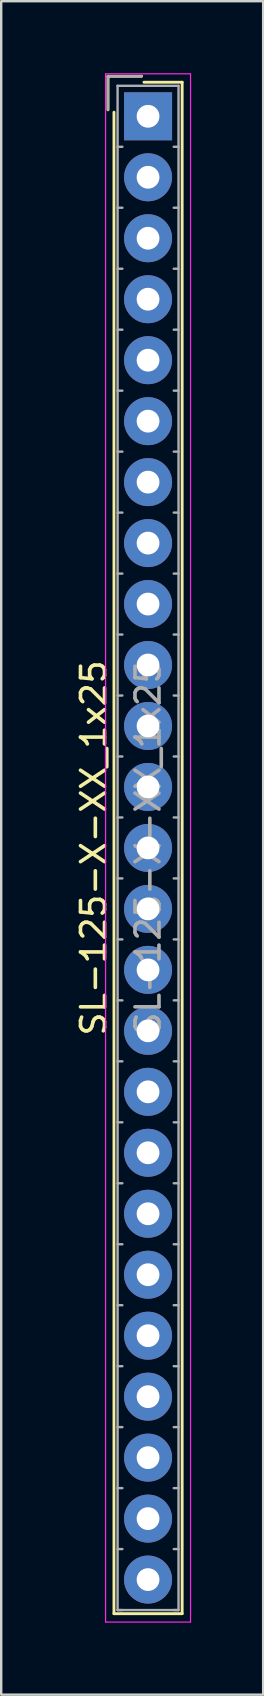
<source format=kicad_pcb>
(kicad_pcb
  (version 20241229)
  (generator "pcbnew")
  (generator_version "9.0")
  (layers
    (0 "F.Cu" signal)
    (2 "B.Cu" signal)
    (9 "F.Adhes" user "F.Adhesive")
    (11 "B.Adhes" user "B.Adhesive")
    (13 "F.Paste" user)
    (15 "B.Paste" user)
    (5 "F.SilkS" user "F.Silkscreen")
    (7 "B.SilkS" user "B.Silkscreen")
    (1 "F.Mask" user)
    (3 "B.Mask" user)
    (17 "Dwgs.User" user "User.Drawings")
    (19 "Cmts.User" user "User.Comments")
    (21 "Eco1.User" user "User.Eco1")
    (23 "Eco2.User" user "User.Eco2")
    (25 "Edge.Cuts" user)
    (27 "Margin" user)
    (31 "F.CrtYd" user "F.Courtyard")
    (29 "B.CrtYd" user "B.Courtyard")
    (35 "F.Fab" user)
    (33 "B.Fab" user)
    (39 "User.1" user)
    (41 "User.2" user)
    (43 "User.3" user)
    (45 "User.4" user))
  (footprint "SL-125-X-XX_1x25"
    (layer "F.Cu")
    (at 3.118 1.795)
    (property "Reference" "SL-125-X-XX_1x25" (at -2.27 30.48 90) (layer "F.SilkS") (effects (font (size 1 1) (thickness 0.15))))
    (attr through_hole)
    (fp_line (start -1.67 -1.67) (end -1.67 -0.27) (stroke (width 0.12) (type solid)) (layer "F.SilkS"))
    (fp_line (start -1.42 62.38) (end -1.42 -0.17) (stroke (width 0.12) (type solid)) (layer "F.SilkS"))
    (fp_line (start -0.27 -1.67) (end -1.67 -1.67) (stroke (width 0.12) (type solid)) (layer "F.SilkS"))
    (fp_line (start -0.17 -1.42) (end 1.42 -1.42) (stroke (width 0.12) (type solid)) (layer "F.SilkS"))
    (fp_line (start 1.42 -1.42) (end 1.42 62.38) (stroke (width 0.12) (type solid)) (layer "F.SilkS"))
    (fp_line (start 1.42 62.38) (end -1.42 62.38) (stroke (width 0.12) (type solid)) (layer "F.SilkS"))
    (fp_line (start -1.77 -1.77) (end -1.77 62.73) (stroke (width 0.05) (type solid)) (layer "F.CrtYd"))
    (fp_line (start -1.77 62.73) (end 1.77 62.73) (stroke (width 0.05) (type solid)) (layer "F.CrtYd"))
    (fp_line (start 1.77 -1.77) (end -1.77 -1.77) (stroke (width 0.05) (type solid)) (layer "F.CrtYd"))
    (fp_line (start 1.77 62.73) (end 1.77 -1.77) (stroke (width 0.05) (type solid)) (layer "F.CrtYd"))
    (fp_line (start -1.67 -1.67) (end -1.67 -0.27) (stroke (width 0.1) (type solid)) (layer "F.Fab"))
    (fp_line (start -1.27 -1.27) (end -1.27 62.23) (stroke (width 0.1) (type solid)) (layer "F.Fab"))
    (fp_line (start -1.27 1.27) (end -1.07 1.27) (stroke (width 0.1) (type solid)) (layer "F.Fab"))
    (fp_line (start -1.27 3.81) (end -1.07 3.81) (stroke (width 0.1) (type solid)) (layer "F.Fab"))
    (fp_line (start -1.27 6.35) (end -1.07 6.35) (stroke (width 0.1) (type solid)) (layer "F.Fab"))
    (fp_line (start -1.27 8.89) (end -1.07 8.89) (stroke (width 0.1) (type solid)) (layer "F.Fab"))
    (fp_line (start -1.27 11.43) (end -1.07 11.43) (stroke (width 0.1) (type solid)) (layer "F.Fab"))
    (fp_line (start -1.27 13.97) (end -1.07 13.97) (stroke (width 0.1) (type solid)) (layer "F.Fab"))
    (fp_line (start -1.27 16.51) (end -1.07 16.51) (stroke (width 0.1) (type solid)) (layer "F.Fab"))
    (fp_line (start -1.27 19.05) (end -1.07 19.05) (stroke (width 0.1) (type solid)) (layer "F.Fab"))
    (fp_line (start -1.27 21.59) (end -1.07 21.59) (stroke (width 0.1) (type solid)) (layer "F.Fab"))
    (fp_line (start -1.27 24.13) (end -1.07 24.13) (stroke (width 0.1) (type solid)) (layer "F.Fab"))
    (fp_line (start -1.27 26.67) (end -1.07 26.67) (stroke (width 0.1) (type solid)) (layer "F.Fab"))
    (fp_line (start -1.27 29.21) (end -1.07 29.21) (stroke (width 0.1) (type solid)) (layer "F.Fab"))
    (fp_line (start -1.27 31.75) (end -1.07 31.75) (stroke (width 0.1) (type solid)) (layer "F.Fab"))
    (fp_line (start -1.27 34.29) (end -1.07 34.29) (stroke (width 0.1) (type solid)) (layer "F.Fab"))
    (fp_line (start -1.27 36.83) (end -1.07 36.83) (stroke (width 0.1) (type solid)) (layer "F.Fab"))
    (fp_line (start -1.27 39.37) (end -1.07 39.37) (stroke (width 0.1) (type solid)) (layer "F.Fab"))
    (fp_line (start -1.27 41.91) (end -1.07 41.91) (stroke (width 0.1) (type solid)) (layer "F.Fab"))
    (fp_line (start -1.27 44.45) (end -1.07 44.45) (stroke (width 0.1) (type solid)) (layer "F.Fab"))
    (fp_line (start -1.27 46.99) (end -1.07 46.99) (stroke (width 0.1) (type solid)) (layer "F.Fab"))
    (fp_line (start -1.27 49.53) (end -1.07 49.53) (stroke (width 0.1) (type solid)) (layer "F.Fab"))
    (fp_line (start -1.27 52.07) (end -1.07 52.07) (stroke (width 0.1) (type solid)) (layer "F.Fab"))
    (fp_line (start -1.27 54.61) (end -1.07 54.61) (stroke (width 0.1) (type solid)) (layer "F.Fab"))
    (fp_line (start -1.27 57.15) (end -1.07 57.15) (stroke (width 0.1) (type solid)) (layer "F.Fab"))
    (fp_line (start -1.27 59.69) (end -1.07 59.69) (stroke (width 0.1) (type solid)) (layer "F.Fab"))
    (fp_line (start -1.27 62.23) (end -1.07 62.23) (stroke (width 0.1) (type solid)) (layer "F.Fab"))
    (fp_line (start -1.27 62.23) (end 1.27 62.23) (stroke (width 0.1) (type solid)) (layer "F.Fab"))
    (fp_line (start -0.27 -1.67) (end -1.67 -1.67) (stroke (width 0.1) (type solid)) (layer "F.Fab"))
    (fp_line (start 1.27 -1.27) (end -1.27 -1.27) (stroke (width 0.1) (type solid)) (layer "F.Fab"))
    (fp_line (start 1.27 1.27) (end 1.07 1.27) (stroke (width 0.1) (type solid)) (layer "F.Fab"))
    (fp_line (start 1.27 3.81) (end 1.07 3.81) (stroke (width 0.1) (type solid)) (layer "F.Fab"))
    (fp_line (start 1.27 6.35) (end 1.07 6.35) (stroke (width 0.1) (type solid)) (layer "F.Fab"))
    (fp_line (start 1.27 8.89) (end 1.07 8.89) (stroke (width 0.1) (type solid)) (layer "F.Fab"))
    (fp_line (start 1.27 11.43) (end 1.07 11.43) (stroke (width 0.1) (type solid)) (layer "F.Fab"))
    (fp_line (start 1.27 13.97) (end 1.07 13.97) (stroke (width 0.1) (type solid)) (layer "F.Fab"))
    (fp_line (start 1.27 16.51) (end 1.07 16.51) (stroke (width 0.1) (type solid)) (layer "F.Fab"))
    (fp_line (start 1.27 19.05) (end 1.07 19.05) (stroke (width 0.1) (type solid)) (layer "F.Fab"))
    (fp_line (start 1.27 21.59) (end 1.07 21.59) (stroke (width 0.1) (type solid)) (layer "F.Fab"))
    (fp_line (start 1.27 24.13) (end 1.07 24.13) (stroke (width 0.1) (type solid)) (layer "F.Fab"))
    (fp_line (start 1.27 26.67) (end 1.07 26.67) (stroke (width 0.1) (type solid)) (layer "F.Fab"))
    (fp_line (start 1.27 29.21) (end 1.07 29.21) (stroke (width 0.1) (type solid)) (layer "F.Fab"))
    (fp_line (start 1.27 31.75) (end 1.07 31.75) (stroke (width 0.1) (type solid)) (layer "F.Fab"))
    (fp_line (start 1.27 34.29) (end 1.07 34.29) (stroke (width 0.1) (type solid)) (layer "F.Fab"))
    (fp_line (start 1.27 36.83) (end 1.07 36.83) (stroke (width 0.1) (type solid)) (layer "F.Fab"))
    (fp_line (start 1.27 39.37) (end 1.07 39.37) (stroke (width 0.1) (type solid)) (layer "F.Fab"))
    (fp_line (start 1.27 41.91) (end 1.07 41.91) (stroke (width 0.1) (type solid)) (layer "F.Fab"))
    (fp_line (start 1.27 44.45) (end 1.07 44.45) (stroke (width 0.1) (type solid)) (layer "F.Fab"))
    (fp_line (start 1.27 46.99) (end 1.07 46.99) (stroke (width 0.1) (type solid)) (layer "F.Fab"))
    (fp_line (start 1.27 49.53) (end 1.07 49.53) (stroke (width 0.1) (type solid)) (layer "F.Fab"))
    (fp_line (start 1.27 52.07) (end 1.07 52.07) (stroke (width 0.1) (type solid)) (layer "F.Fab"))
    (fp_line (start 1.27 54.61) (end 1.07 54.61) (stroke (width 0.1) (type solid)) (layer "F.Fab"))
    (fp_line (start 1.27 57.15) (end 1.07 57.15) (stroke (width 0.1) (type solid)) (layer "F.Fab"))
    (fp_line (start 1.27 59.69) (end 1.07 59.69) (stroke (width 0.1) (type solid)) (layer "F.Fab"))
    (fp_line (start 1.27 62.23) (end 1.07 62.23) (stroke (width 0.1) (type solid)) (layer "F.Fab"))
    (fp_line (start 1.27 62.23) (end 1.27 -1.27) (stroke (width 0.1) (type solid)) (layer "F.Fab"))
    (fp_text user "${REFERENCE}" (at 0 30.48 90) (layer "F.Fab") (effects (font (size 1 1) (thickness 0.15))))
    (pad "1" thru_hole rect (at 0 0) (size 2 2) (drill 0.95) (layers "*.Cu" "*.Mask"))
    (pad "2" thru_hole circle (at 0 2.54) (size 2 2) (drill 0.95) (layers "*.Cu" "*.Mask"))
    (pad "3" thru_hole circle (at 0 5.08) (size 2 2) (drill 0.95) (layers "*.Cu" "*.Mask"))
    (pad "4" thru_hole circle (at 0 7.62) (size 2 2) (drill 0.95) (layers "*.Cu" "*.Mask"))
    (pad "5" thru_hole circle (at 0 10.16) (size 2 2) (drill 0.95) (layers "*.Cu" "*.Mask"))
    (pad "6" thru_hole circle (at 0 12.7) (size 2 2) (drill 0.95) (layers "*.Cu" "*.Mask"))
    (pad "7" thru_hole circle (at 0 15.24) (size 2 2) (drill 0.95) (layers "*.Cu" "*.Mask"))
    (pad "8" thru_hole circle (at 0 17.78) (size 2 2) (drill 0.95) (layers "*.Cu" "*.Mask"))
    (pad "9" thru_hole circle (at 0 20.32) (size 2 2) (drill 0.95) (layers "*.Cu" "*.Mask"))
    (pad "10" thru_hole circle (at 0 22.86) (size 2 2) (drill 0.95) (layers "*.Cu" "*.Mask"))
    (pad "11" thru_hole circle (at 0 25.4) (size 2 2) (drill 0.95) (layers "*.Cu" "*.Mask"))
    (pad "12" thru_hole circle (at 0 27.94) (size 2 2) (drill 0.95) (layers "*.Cu" "*.Mask"))
    (pad "13" thru_hole circle (at 0 30.48) (size 2 2) (drill 0.95) (layers "*.Cu" "*.Mask"))
    (pad "14" thru_hole circle (at 0 33.02) (size 2 2) (drill 0.95) (layers "*.Cu" "*.Mask"))
    (pad "15" thru_hole circle (at 0 35.56) (size 2 2) (drill 0.95) (layers "*.Cu" "*.Mask"))
    (pad "16" thru_hole circle (at 0 38.1) (size 2 2) (drill 0.95) (layers "*.Cu" "*.Mask"))
    (pad "17" thru_hole circle (at 0 40.64) (size 2 2) (drill 0.95) (layers "*.Cu" "*.Mask"))
    (pad "18" thru_hole circle (at 0 43.18) (size 2 2) (drill 0.95) (layers "*.Cu" "*.Mask"))
    (pad "19" thru_hole circle (at 0 45.72) (size 2 2) (drill 0.95) (layers "*.Cu" "*.Mask"))
    (pad "20" thru_hole circle (at 0 48.26) (size 2 2) (drill 0.95) (layers "*.Cu" "*.Mask"))
    (pad "21" thru_hole circle (at 0 50.8) (size 2 2) (drill 0.95) (layers "*.Cu" "*.Mask"))
    (pad "22" thru_hole circle (at 0 53.34) (size 2 2) (drill 0.95) (layers "*.Cu" "*.Mask"))
    (pad "23" thru_hole circle (at 0 55.88) (size 2 2) (drill 0.95) (layers "*.Cu" "*.Mask"))
    (pad "24" thru_hole circle (at 0 58.42) (size 2 2) (drill 0.95) (layers "*.Cu" "*.Mask"))
    (pad "25" thru_hole circle (at 0 60.96) (size 2 2) (drill 0.95) (layers "*.Cu" "*.Mask")))
  (gr_rect
    (start -3 -3)
    (end 7.913 67.55)
    (stroke (width 0.1) (type default))
    (fill no)
    (layer "Edge.Cuts")))
</source>
